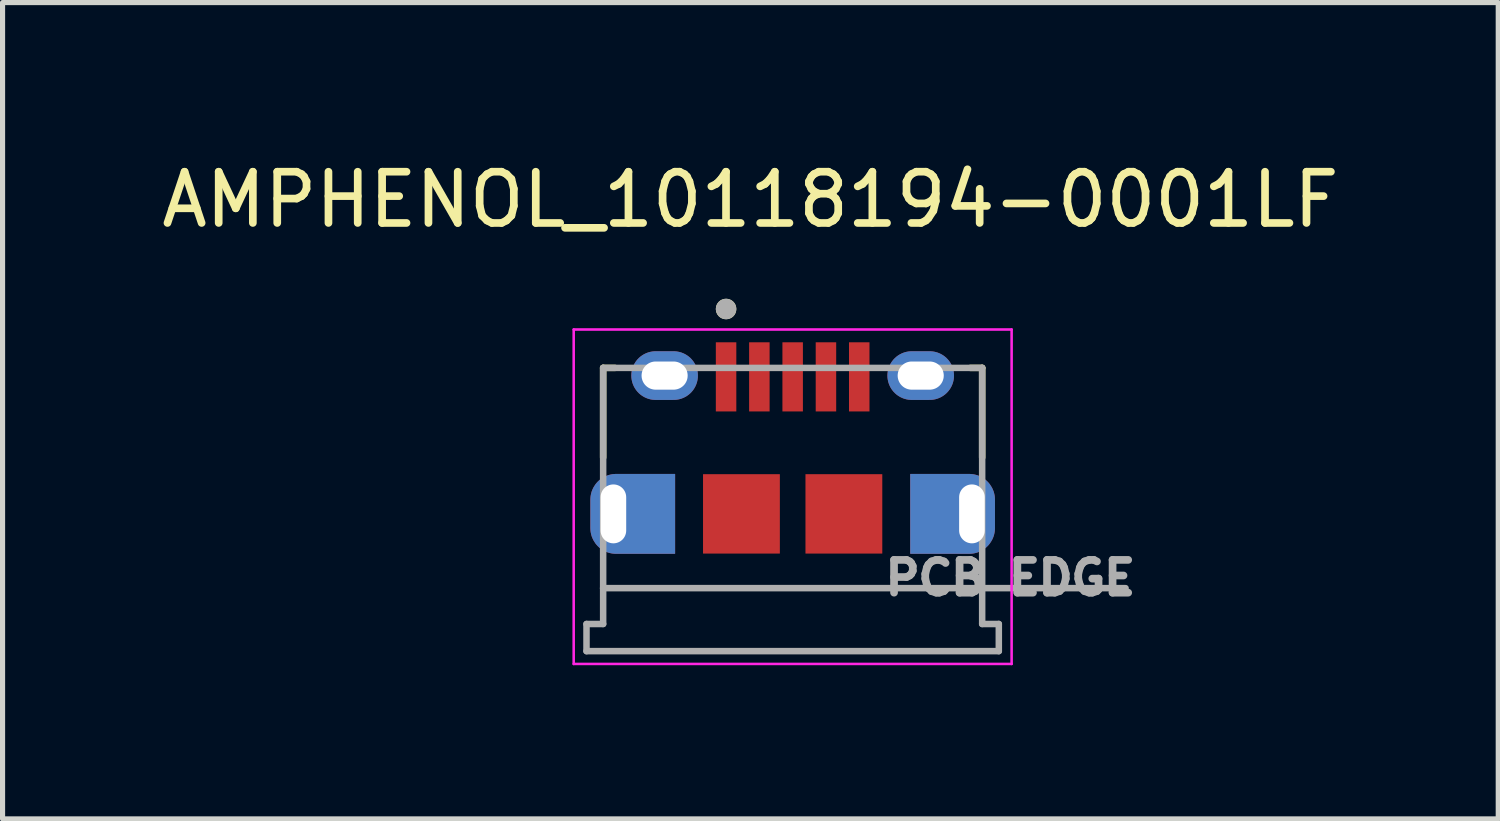
<source format=kicad_pcb>
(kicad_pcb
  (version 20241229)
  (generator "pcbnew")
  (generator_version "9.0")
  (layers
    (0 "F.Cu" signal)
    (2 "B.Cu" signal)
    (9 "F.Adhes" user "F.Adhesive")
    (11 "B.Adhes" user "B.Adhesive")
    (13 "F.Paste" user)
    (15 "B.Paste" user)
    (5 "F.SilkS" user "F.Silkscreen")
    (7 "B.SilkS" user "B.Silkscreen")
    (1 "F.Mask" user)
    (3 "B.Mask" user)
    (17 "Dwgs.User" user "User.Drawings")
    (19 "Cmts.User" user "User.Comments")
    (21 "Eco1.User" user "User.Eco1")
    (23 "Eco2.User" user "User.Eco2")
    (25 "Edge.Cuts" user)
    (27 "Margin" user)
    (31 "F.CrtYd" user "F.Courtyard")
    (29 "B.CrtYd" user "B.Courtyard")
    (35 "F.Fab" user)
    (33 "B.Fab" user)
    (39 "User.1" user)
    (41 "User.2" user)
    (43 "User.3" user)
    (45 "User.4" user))
  (footprint "AMPHENOL_10118194-0001LF"
    (layer "F.Cu")
    (at 12.426 6.983)
    (property "Reference" "AMPHENOL_10118194-0001LF" (at -0.825 -6.135 0) (layer "F.SilkS") (effects (font (size 1 1) (thickness 0.15))))
    (attr smd)
    (fp_poly (pts (xy -2.2 0.875) (xy -3.445 0.875) (xy -3.476 0.874) (xy -3.508 0.872) (xy -3.539 0.868) (xy -3.57 0.862) (xy -3.6 0.855) (xy -3.63 0.846) (xy -3.66 0.835) (xy -3.689 0.823) (xy -3.717 0.81) (xy -3.745 0.795) (xy -3.772 0.778) (xy -3.798 0.76) (xy -3.823 0.741) (xy -3.846 0.721) (xy -3.869 0.699) (xy -3.891 0.676) (xy -3.911 0.653) (xy -3.93 0.628) (xy -3.948 0.602) (xy -3.965 0.575) (xy -3.98 0.547) (xy -3.993 0.519) (xy -4.005 0.49) (xy -4.016 0.46) (xy -4.025 0.43) (xy -4.032 0.4) (xy -4.038 0.369) (xy -4.042 0.338) (xy -4.044 0.306) (xy -4.045 0.275) (xy -4.045 -0.275) (xy -4.044 -0.306) (xy -4.042 -0.338) (xy -4.038 -0.369) (xy -4.032 -0.4) (xy -4.025 -0.43) (xy -4.016 -0.46) (xy -4.005 -0.49) (xy -3.993 -0.519) (xy -3.98 -0.547) (xy -3.965 -0.575) (xy -3.948 -0.602) (xy -3.93 -0.628) (xy -3.911 -0.653) (xy -3.891 -0.676) (xy -3.869 -0.699) (xy -3.846 -0.721) (xy -3.823 -0.741) (xy -3.798 -0.76) (xy -3.772 -0.778) (xy -3.745 -0.795) (xy -3.717 -0.81) (xy -3.689 -0.823) (xy -3.66 -0.835) (xy -3.63 -0.846) (xy -3.6 -0.855) (xy -3.57 -0.862) (xy -3.539 -0.868) (xy -3.508 -0.872) (xy -3.476 -0.874) (xy -3.445 -0.875) (xy -2.2 -0.875) (xy -2.2 0.875)) (stroke (width 0.01) (type solid)) (fill yes) (layer "F.Mask"))
    (fp_poly (pts (xy 2.2 -0.875) (xy 3.445 -0.875) (xy 3.476 -0.874) (xy 3.508 -0.872) (xy 3.539 -0.868) (xy 3.57 -0.862) (xy 3.6 -0.855) (xy 3.63 -0.846) (xy 3.66 -0.835) (xy 3.689 -0.823) (xy 3.717 -0.81) (xy 3.745 -0.795) (xy 3.772 -0.778) (xy 3.798 -0.76) (xy 3.823 -0.741) (xy 3.846 -0.721) (xy 3.869 -0.699) (xy 3.891 -0.676) (xy 3.911 -0.653) (xy 3.93 -0.628) (xy 3.948 -0.602) (xy 3.965 -0.575) (xy 3.98 -0.547) (xy 3.993 -0.519) (xy 4.005 -0.49) (xy 4.016 -0.46) (xy 4.025 -0.43) (xy 4.032 -0.4) (xy 4.038 -0.369) (xy 4.042 -0.338) (xy 4.044 -0.306) (xy 4.045 -0.275) (xy 4.045 0.275) (xy 4.044 0.306) (xy 4.042 0.338) (xy 4.038 0.369) (xy 4.032 0.4) (xy 4.025 0.43) (xy 4.016 0.46) (xy 4.005 0.49) (xy 3.993 0.519) (xy 3.98 0.547) (xy 3.965 0.575) (xy 3.948 0.602) (xy 3.93 0.628) (xy 3.911 0.653) (xy 3.891 0.676) (xy 3.869 0.699) (xy 3.846 0.721) (xy 3.823 0.741) (xy 3.798 0.76) (xy 3.772 0.778) (xy 3.745 0.795) (xy 3.717 0.81) (xy 3.689 0.823) (xy 3.66 0.835) (xy 3.63 0.846) (xy 3.6 0.855) (xy 3.57 0.862) (xy 3.539 0.868) (xy 3.508 0.872) (xy 3.476 0.874) (xy 3.445 0.875) (xy 2.2 0.875) (xy 2.2 -0.875)) (stroke (width 0.01) (type solid)) (fill yes) (layer "F.Mask"))
    (fp_poly (pts (xy -3.013 -0.388) (xy -3.013 0.388) (xy -3.013 0.413) (xy -3.015 0.438) (xy -3.019 0.464) (xy -3.023 0.489) (xy -3.029 0.514) (xy -3.036 0.538) (xy -3.045 0.562) (xy -3.055 0.586) (xy -3.066 0.609) (xy -3.078 0.631) (xy -3.091 0.653) (xy -3.106 0.674) (xy -3.121 0.694) (xy -3.138 0.714) (xy -3.155 0.732) (xy -3.174 0.75) (xy -3.193 0.766) (xy -3.213 0.782) (xy -3.234 0.796) (xy -3.256 0.81) (xy -3.279 0.822) (xy -3.302 0.833) (xy -3.325 0.843) (xy -3.349 0.851) (xy -3.374 0.858) (xy -3.399 0.864) (xy -3.424 0.869) (xy -3.449 0.872) (xy -3.474 0.874) (xy -3.5 0.875) (xy -3.526 0.874) (xy -3.551 0.872) (xy -3.576 0.869) (xy -3.601 0.864) (xy -3.626 0.858) (xy -3.651 0.851) (xy -3.675 0.843) (xy -3.698 0.833) (xy -3.721 0.822) (xy -3.744 0.81) (xy -3.766 0.796) (xy -3.787 0.782) (xy -3.807 0.766) (xy -3.826 0.75) (xy -3.845 0.732) (xy -3.862 0.714) (xy -3.879 0.694) (xy -3.894 0.674) (xy -3.909 0.653) (xy -3.922 0.631) (xy -3.934 0.609) (xy -3.945 0.586) (xy -3.955 0.562) (xy -3.964 0.538) (xy -3.971 0.514) (xy -3.977 0.489) (xy -3.981 0.464) (xy -3.985 0.438) (xy -3.987 0.413) (xy -3.987 0.388) (xy -3.987 -0.388) (xy -3.987 -0.413) (xy -3.985 -0.438) (xy -3.981 -0.464) (xy -3.977 -0.489) (xy -3.971 -0.514) (xy -3.964 -0.538) (xy -3.955 -0.562) (xy -3.945 -0.586) (xy -3.934 -0.609) (xy -3.922 -0.631) (xy -3.909 -0.653) (xy -3.894 -0.674) (xy -3.879 -0.694) (xy -3.862 -0.714) (xy -3.845 -0.732) (xy -3.826 -0.75) (xy -3.807 -0.766) (xy -3.787 -0.782) (xy -3.766 -0.796) (xy -3.744 -0.81) (xy -3.721 -0.822) (xy -3.698 -0.833) (xy -3.675 -0.843) (xy -3.651 -0.851) (xy -3.626 -0.858) (xy -3.601 -0.864) (xy -3.576 -0.869) (xy -3.551 -0.872) (xy -3.526 -0.874) (xy -3.5 -0.875) (xy -3.474 -0.874) (xy -3.449 -0.872) (xy -3.424 -0.869) (xy -3.399 -0.864) (xy -3.374 -0.858) (xy -3.349 -0.851) (xy -3.325 -0.843) (xy -3.302 -0.833) (xy -3.279 -0.822) (xy -3.256 -0.81) (xy -3.234 -0.796) (xy -3.213 -0.782) (xy -3.193 -0.766) (xy -3.174 -0.75) (xy -3.155 -0.732) (xy -3.138 -0.714) (xy -3.121 -0.694) (xy -3.106 -0.674) (xy -3.091 -0.653) (xy -3.078 -0.631) (xy -3.066 -0.609) (xy -3.055 -0.586) (xy -3.045 -0.562) (xy -3.036 -0.538) (xy -3.029 -0.514) (xy -3.023 -0.489) (xy -3.019 -0.464) (xy -3.015 -0.438) (xy -3.013 -0.413) (xy -3.013 -0.388) (xy -3.013 -0.388)) (stroke (width 0.01) (type solid)) (fill yes) (layer "B.Mask"))
    (fp_poly (pts (xy 3.987 -0.388) (xy 3.987 0.388) (xy 3.987 0.413) (xy 3.985 0.438) (xy 3.981 0.464) (xy 3.977 0.489) (xy 3.971 0.514) (xy 3.964 0.538) (xy 3.955 0.562) (xy 3.945 0.586) (xy 3.934 0.609) (xy 3.922 0.631) (xy 3.909 0.653) (xy 3.894 0.674) (xy 3.879 0.694) (xy 3.862 0.714) (xy 3.845 0.732) (xy 3.826 0.75) (xy 3.807 0.766) (xy 3.787 0.782) (xy 3.766 0.796) (xy 3.744 0.81) (xy 3.721 0.822) (xy 3.698 0.833) (xy 3.675 0.843) (xy 3.651 0.851) (xy 3.626 0.858) (xy 3.601 0.864) (xy 3.576 0.869) (xy 3.551 0.872) (xy 3.526 0.874) (xy 3.5 0.875) (xy 3.474 0.874) (xy 3.449 0.872) (xy 3.424 0.869) (xy 3.399 0.864) (xy 3.374 0.858) (xy 3.349 0.851) (xy 3.325 0.843) (xy 3.302 0.833) (xy 3.279 0.822) (xy 3.256 0.81) (xy 3.234 0.796) (xy 3.213 0.782) (xy 3.193 0.766) (xy 3.174 0.75) (xy 3.155 0.732) (xy 3.138 0.714) (xy 3.121 0.694) (xy 3.106 0.674) (xy 3.091 0.653) (xy 3.078 0.631) (xy 3.066 0.609) (xy 3.055 0.586) (xy 3.045 0.562) (xy 3.036 0.538) (xy 3.029 0.514) (xy 3.023 0.489) (xy 3.019 0.464) (xy 3.015 0.438) (xy 3.013 0.413) (xy 3.013 0.388) (xy 3.013 -0.388) (xy 3.013 -0.413) (xy 3.015 -0.438) (xy 3.019 -0.464) (xy 3.023 -0.489) (xy 3.029 -0.514) (xy 3.036 -0.538) (xy 3.045 -0.562) (xy 3.055 -0.586) (xy 3.066 -0.609) (xy 3.078 -0.631) (xy 3.091 -0.653) (xy 3.106 -0.674) (xy 3.121 -0.694) (xy 3.138 -0.714) (xy 3.155 -0.732) (xy 3.174 -0.75) (xy 3.193 -0.766) (xy 3.213 -0.782) (xy 3.234 -0.796) (xy 3.256 -0.81) (xy 3.279 -0.822) (xy 3.302 -0.833) (xy 3.325 -0.843) (xy 3.349 -0.851) (xy 3.374 -0.858) (xy 3.399 -0.864) (xy 3.424 -0.869) (xy 3.449 -0.872) (xy 3.474 -0.874) (xy 3.5 -0.875) (xy 3.526 -0.874) (xy 3.551 -0.872) (xy 3.576 -0.869) (xy 3.601 -0.864) (xy 3.626 -0.858) (xy 3.651 -0.851) (xy 3.675 -0.843) (xy 3.698 -0.833) (xy 3.721 -0.822) (xy 3.744 -0.81) (xy 3.766 -0.796) (xy 3.787 -0.782) (xy 3.807 -0.766) (xy 3.826 -0.75) (xy 3.845 -0.732) (xy 3.862 -0.714) (xy 3.879 -0.694) (xy 3.894 -0.674) (xy 3.909 -0.653) (xy 3.922 -0.631) (xy 3.934 -0.609) (xy 3.945 -0.586) (xy 3.955 -0.562) (xy 3.964 -0.538) (xy 3.971 -0.514) (xy 3.977 -0.489) (xy 3.981 -0.464) (xy 3.985 -0.438) (xy 3.987 -0.413) (xy 3.987 -0.388) (xy 3.987 -0.388)) (stroke (width 0.01) (type solid)) (fill yes) (layer "B.Mask"))
    (fp_line (start -3.7 -2.85) (end -3.47 -2.85) (stroke (width 0.127) (type solid)) (layer "F.SilkS"))
    (fp_line (start -3.7 -1.1) (end -3.7 -2.85) (stroke (width 0.127) (type solid)) (layer "F.SilkS"))
    (fp_line (start 3.47 -2.85) (end 3.7 -2.85) (stroke (width 0.127) (type solid)) (layer "F.SilkS"))
    (fp_line (start 3.7 -2.85) (end 3.7 -1.1) (stroke (width 0.127) (type solid)) (layer "F.SilkS"))
    (fp_circle (center -1.3 -4) (end -1.2 -4) (stroke (width 0.2) (type solid)) (fill no) (layer "F.SilkS"))
    (fp_poly (pts (xy -2.3 0.775) (xy -3.445 0.775) (xy -3.471 0.774) (xy -3.497 0.772) (xy -3.523 0.769) (xy -3.549 0.764) (xy -3.574 0.758) (xy -3.6 0.751) (xy -3.624 0.742) (xy -3.648 0.732) (xy -3.672 0.721) (xy -3.695 0.708) (xy -3.717 0.694) (xy -3.739 0.68) (xy -3.76 0.664) (xy -3.78 0.647) (xy -3.799 0.629) (xy -3.817 0.61) (xy -3.834 0.59) (xy -3.85 0.569) (xy -3.864 0.547) (xy -3.878 0.525) (xy -3.891 0.502) (xy -3.902 0.478) (xy -3.912 0.454) (xy -3.921 0.43) (xy -3.928 0.404) (xy -3.934 0.379) (xy -3.939 0.353) (xy -3.942 0.327) (xy -3.944 0.301) (xy -3.945 0.275) (xy -3.945 -0.275) (xy -3.944 -0.301) (xy -3.942 -0.327) (xy -3.939 -0.353) (xy -3.934 -0.379) (xy -3.928 -0.404) (xy -3.921 -0.43) (xy -3.912 -0.454) (xy -3.902 -0.478) (xy -3.891 -0.502) (xy -3.878 -0.525) (xy -3.864 -0.547) (xy -3.85 -0.569) (xy -3.834 -0.59) (xy -3.817 -0.61) (xy -3.799 -0.629) (xy -3.78 -0.647) (xy -3.76 -0.664) (xy -3.739 -0.68) (xy -3.717 -0.694) (xy -3.695 -0.708) (xy -3.672 -0.721) (xy -3.648 -0.732) (xy -3.624 -0.742) (xy -3.6 -0.751) (xy -3.574 -0.758) (xy -3.549 -0.764) (xy -3.523 -0.769) (xy -3.497 -0.772) (xy -3.471 -0.774) (xy -3.445 -0.775) (xy -2.3 -0.775) (xy -2.3 0.775)) (stroke (width 0.01) (type solid)) (fill yes) (layer "F.Paste"))
    (fp_poly (pts (xy 2.3 -0.775) (xy 3.445 -0.775) (xy 3.471 -0.774) (xy 3.497 -0.772) (xy 3.523 -0.769) (xy 3.549 -0.764) (xy 3.574 -0.758) (xy 3.6 -0.751) (xy 3.624 -0.742) (xy 3.648 -0.732) (xy 3.672 -0.721) (xy 3.695 -0.708) (xy 3.717 -0.694) (xy 3.739 -0.68) (xy 3.76 -0.664) (xy 3.78 -0.647) (xy 3.799 -0.629) (xy 3.817 -0.61) (xy 3.834 -0.59) (xy 3.85 -0.569) (xy 3.864 -0.547) (xy 3.878 -0.525) (xy 3.891 -0.502) (xy 3.902 -0.478) (xy 3.912 -0.454) (xy 3.921 -0.43) (xy 3.928 -0.404) (xy 3.934 -0.379) (xy 3.939 -0.353) (xy 3.942 -0.327) (xy 3.944 -0.301) (xy 3.945 -0.275) (xy 3.945 0.275) (xy 3.944 0.301) (xy 3.942 0.327) (xy 3.939 0.353) (xy 3.934 0.379) (xy 3.928 0.404) (xy 3.921 0.43) (xy 3.912 0.454) (xy 3.902 0.478) (xy 3.891 0.502) (xy 3.878 0.525) (xy 3.864 0.547) (xy 3.85 0.569) (xy 3.834 0.59) (xy 3.817 0.61) (xy 3.799 0.629) (xy 3.78 0.647) (xy 3.76 0.664) (xy 3.739 0.68) (xy 3.717 0.694) (xy 3.695 0.708) (xy 3.672 0.721) (xy 3.648 0.732) (xy 3.624 0.742) (xy 3.6 0.751) (xy 3.574 0.758) (xy 3.549 0.764) (xy 3.523 0.769) (xy 3.497 0.772) (xy 3.471 0.774) (xy 3.445 0.775) (xy 2.3 0.775) (xy 2.3 -0.775)) (stroke (width 0.01) (type solid)) (fill yes) (layer "F.Paste"))
    (fp_line (start -4.275 -3.6) (end -4.275 2.93) (stroke (width 0.05) (type solid)) (layer "F.CrtYd"))
    (fp_line (start -4.275 2.93) (end 4.275 2.93) (stroke (width 0.05) (type solid)) (layer "F.CrtYd"))
    (fp_line (start 4.275 -3.6) (end -4.275 -3.6) (stroke (width 0.05) (type solid)) (layer "F.CrtYd"))
    (fp_line (start 4.275 2.93) (end 4.275 -3.6) (stroke (width 0.05) (type solid)) (layer "F.CrtYd"))
    (fp_line (start -4.025 2.15) (end -3.7 2.15) (stroke (width 0.127) (type solid)) (layer "F.Fab"))
    (fp_line (start -4.025 2.68) (end -4.025 2.15) (stroke (width 0.127) (type solid)) (layer "F.Fab"))
    (fp_line (start -3.7 -2.85) (end 3.7 -2.85) (stroke (width 0.127) (type solid)) (layer "F.Fab"))
    (fp_line (start -3.7 1.45) (end -3.7 -2.85) (stroke (width 0.127) (type solid)) (layer "F.Fab"))
    (fp_line (start -3.7 1.45) (end 6.5 1.45) (stroke (width 0.127) (type solid)) (layer "F.Fab"))
    (fp_line (start -3.7 2.15) (end -3.7 1.45) (stroke (width 0.127) (type solid)) (layer "F.Fab"))
    (fp_line (start 3.7 -2.85) (end 3.7 2.15) (stroke (width 0.127) (type solid)) (layer "F.Fab"))
    (fp_line (start 4.025 2.15) (end 3.7 2.15) (stroke (width 0.127) (type solid)) (layer "F.Fab"))
    (fp_line (start 4.025 2.68) (end -4.025 2.68) (stroke (width 0.127) (type solid)) (layer "F.Fab"))
    (fp_line (start 4.025 2.68) (end 4.025 2.15) (stroke (width 0.127) (type solid)) (layer "F.Fab"))
    (fp_circle (center -1.3 -4) (end -1.2 -4) (stroke (width 0.2) (type solid)) (fill no) (layer "F.Fab"))
    (fp_text user "PCB EDGE" (at 4.25 1.25 0) (layer "F.Fab") (effects (font (size 0.64 0.64) (thickness 0.15))))
    (pad "1" smd rect (at -1.3 -2.675) (size 0.4 1.35) (layers "F.Cu" "F.Mask" "F.Paste"))
    (pad "2" smd rect (at -0.65 -2.675) (size 0.4 1.35) (layers "F.Cu" "F.Mask" "F.Paste"))
    (pad "3" smd rect (at 0 -2.675) (size 0.4 1.35) (layers "F.Cu" "F.Mask" "F.Paste"))
    (pad "4" smd rect (at 0.65 -2.675) (size 0.4 1.35) (layers "F.Cu" "F.Mask" "F.Paste"))
    (pad "5" smd rect (at 1.3 -2.675) (size 0.4 1.35) (layers "F.Cu" "F.Mask" "F.Paste"))
    (pad "SH1" thru_hole custom (at -3.5 0) (size 0.775 1.55) (drill oval 0.5 1.15) (layers "*.Cu") (options (anchor circle)) (primitives (gr_poly (pts (xy 1.2 0.775) (xy 0.055 0.775) (xy 0.029 0.774) (xy 0.003 0.772) (xy -0.023 0.769) (xy -0.049 0.764) (xy -0.074 0.758) (xy -0.1 0.751) (xy -0.124 0.742) (xy -0.148 0.732) (xy -0.172 0.721) (xy -0.195 0.708) (xy -0.217 0.694) (xy -0.239 0.68) (xy -0.26 0.664) (xy -0.28 0.647) (xy -0.299 0.629) (xy -0.317 0.61) (xy -0.334 0.59) (xy -0.35 0.569) (xy -0.364 0.547) (xy -0.378 0.525) (xy -0.391 0.502) (xy -0.402 0.478) (xy -0.412 0.454) (xy -0.421 0.43) (xy -0.428 0.404) (xy -0.434 0.379) (xy -0.439 0.353) (xy -0.442 0.327) (xy -0.444 0.301) (xy -0.445 0.275) (xy -0.445 -0.275) (xy -0.444 -0.301) (xy -0.442 -0.327) (xy -0.439 -0.353) (xy -0.434 -0.379) (xy -0.428 -0.404) (xy -0.421 -0.43) (xy -0.412 -0.454) (xy -0.402 -0.478) (xy -0.391 -0.502) (xy -0.378 -0.525) (xy -0.364 -0.547) (xy -0.35 -0.569) (xy -0.334 -0.59) (xy -0.317 -0.61) (xy -0.299 -0.629) (xy -0.28 -0.647) (xy -0.26 -0.664) (xy -0.239 -0.68) (xy -0.217 -0.694) (xy -0.195 -0.708) (xy -0.172 -0.721) (xy -0.148 -0.732) (xy -0.124 -0.742) (xy -0.1 -0.751) (xy -0.074 -0.758) (xy -0.049 -0.764) (xy -0.023 -0.769) (xy 0.003 -0.772) (xy 0.029 -0.774) (xy 0.055 -0.775) (xy 1.2 -0.775) (xy 1.2 0.775)) (width 0.01) (fill yes))))
    (pad "SH2" smd rect (at 1 0) (size 1.5 1.55) (layers "F.Cu" "F.Mask" "F.Paste"))
    (pad "SH3" smd rect (at -1 0) (size 1.5 1.55) (layers "F.Cu" "F.Mask" "F.Paste"))
    (pad "SH4" thru_hole custom (at 3.5 0) (size 0.775 1.55) (drill oval 0.5 1.15) (layers "*.Cu") (options (anchor circle)) (primitives (gr_poly (pts (xy -1.2 -0.775) (xy -0.055 -0.775) (xy -0.029 -0.774) (xy -0.003 -0.772) (xy 0.023 -0.769) (xy 0.049 -0.764) (xy 0.074 -0.758) (xy 0.1 -0.751) (xy 0.124 -0.742) (xy 0.148 -0.732) (xy 0.172 -0.721) (xy 0.195 -0.708) (xy 0.217 -0.694) (xy 0.239 -0.68) (xy 0.26 -0.664) (xy 0.28 -0.647) (xy 0.299 -0.629) (xy 0.317 -0.61) (xy 0.334 -0.59) (xy 0.35 -0.569) (xy 0.364 -0.547) (xy 0.378 -0.525) (xy 0.391 -0.502) (xy 0.402 -0.478) (xy 0.412 -0.454) (xy 0.421 -0.43) (xy 0.428 -0.404) (xy 0.434 -0.379) (xy 0.439 -0.353) (xy 0.442 -0.327) (xy 0.444 -0.301) (xy 0.445 -0.275) (xy 0.445 0.275) (xy 0.444 0.301) (xy 0.442 0.327) (xy 0.439 0.353) (xy 0.434 0.379) (xy 0.428 0.404) (xy 0.421 0.43) (xy 0.412 0.454) (xy 0.402 0.478) (xy 0.391 0.502) (xy 0.378 0.525) (xy 0.364 0.547) (xy 0.35 0.569) (xy 0.334 0.59) (xy 0.317 0.61) (xy 0.299 0.629) (xy 0.28 0.647) (xy 0.26 0.664) (xy 0.239 0.68) (xy 0.217 0.694) (xy 0.195 0.708) (xy 0.172 0.721) (xy 0.148 0.732) (xy 0.124 0.742) (xy 0.1 0.751) (xy 0.074 0.758) (xy 0.049 0.764) (xy 0.023 0.769) (xy -0.003 0.772) (xy -0.029 0.774) (xy -0.055 0.775) (xy -1.2 0.775) (xy -1.2 -0.775)) (width 0.01) (fill yes))))
    (pad "SH5" thru_hole oval (at -2.5 -2.7) (size 1.3 0.95) (drill oval 0.9 0.55) (layers "*.Cu" "*.Mask"))
    (pad "SH6" thru_hole oval (at 2.5 -2.7) (size 1.3 0.95) (drill oval 0.9 0.55) (layers "*.Cu" "*.Mask")))
  (gr_rect
    (start -3 -3)
    (end 26.202 12.938)
    (stroke (width 0.1) (type default))
    (fill no)
    (layer "Edge.Cuts")))
</source>
